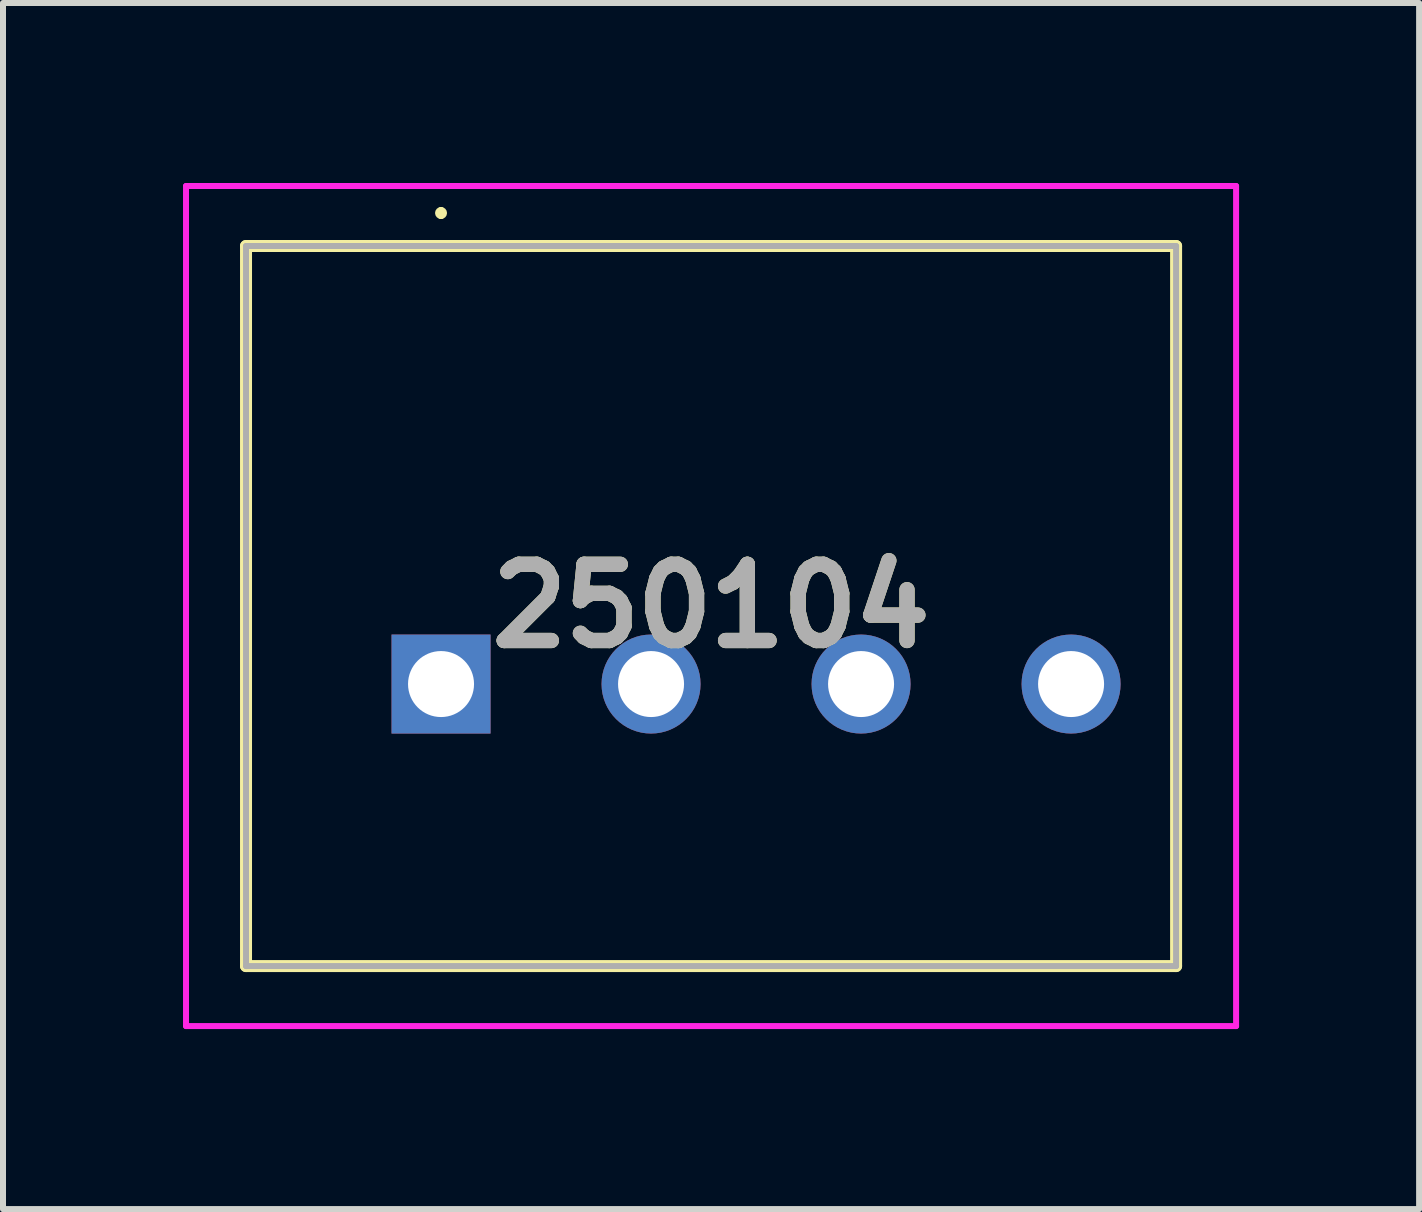
<source format=kicad_pcb>
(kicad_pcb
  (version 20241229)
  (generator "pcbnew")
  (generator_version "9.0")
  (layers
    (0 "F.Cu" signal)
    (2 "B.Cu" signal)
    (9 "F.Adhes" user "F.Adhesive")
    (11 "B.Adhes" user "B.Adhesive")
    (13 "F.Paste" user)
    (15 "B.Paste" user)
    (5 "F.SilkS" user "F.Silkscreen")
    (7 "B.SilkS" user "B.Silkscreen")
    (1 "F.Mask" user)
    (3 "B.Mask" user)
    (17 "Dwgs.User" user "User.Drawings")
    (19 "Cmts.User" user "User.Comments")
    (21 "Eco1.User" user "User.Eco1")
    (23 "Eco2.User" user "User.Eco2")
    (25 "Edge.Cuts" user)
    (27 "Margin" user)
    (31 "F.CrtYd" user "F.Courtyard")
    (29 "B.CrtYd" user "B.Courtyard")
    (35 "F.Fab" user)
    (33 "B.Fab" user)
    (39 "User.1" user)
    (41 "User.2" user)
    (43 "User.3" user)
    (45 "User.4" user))
  (footprint "250104"
    (layer "F.Cu")
    (at 4.3 8.35)
    (property "Reference" "250104" (at 4.5 -1.3 0) (layer "F.SilkS") (effects (font (size 1.27 1.27) (thickness 0.254))))
    (attr through_hole)
    (fp_line (start -3.25 -7.3) (end 12.25 -7.3) (stroke (width 0.2) (type solid)) (layer "F.SilkS"))
    (fp_line (start -3.25 4.7) (end -3.25 -7.3) (stroke (width 0.2) (type solid)) (layer "F.SilkS"))
    (fp_line (start 0 -7.9) (end 0 -7.9) (stroke (width 0.1) (type solid)) (layer "F.SilkS"))
    (fp_line (start 0 -7.8) (end 0 -7.8) (stroke (width 0.1) (type solid)) (layer "F.SilkS"))
    (fp_line (start 12.25 -7.3) (end 12.25 4.7) (stroke (width 0.2) (type solid)) (layer "F.SilkS"))
    (fp_line (start 12.25 4.7) (end -3.25 4.7) (stroke (width 0.2) (type solid)) (layer "F.SilkS"))
    (fp_arc (start 0 -7.9) (mid 0.05 -7.85) (end 0 -7.8) (stroke (width 0.1) (type solid)) (layer "F.SilkS"))
    (fp_arc (start 0 -7.8) (mid -0.05 -7.85) (end 0 -7.9) (stroke (width 0.1) (type solid)) (layer "F.SilkS"))
    (fp_line (start -4.25 -8.3) (end 13.25 -8.3) (stroke (width 0.1) (type solid)) (layer "F.CrtYd"))
    (fp_line (start -4.25 5.7) (end -4.25 -8.3) (stroke (width 0.1) (type solid)) (layer "F.CrtYd"))
    (fp_line (start 13.25 -8.3) (end 13.25 5.7) (stroke (width 0.1) (type solid)) (layer "F.CrtYd"))
    (fp_line (start 13.25 5.7) (end -4.25 5.7) (stroke (width 0.1) (type solid)) (layer "F.CrtYd"))
    (fp_line (start -3.25 -7.3) (end 12.25 -7.3) (stroke (width 0.1) (type solid)) (layer "F.Fab"))
    (fp_line (start -3.25 4.7) (end -3.25 -7.3) (stroke (width 0.1) (type solid)) (layer "F.Fab"))
    (fp_line (start 12.25 -7.3) (end 12.25 4.7) (stroke (width 0.1) (type solid)) (layer "F.Fab"))
    (fp_line (start 12.25 4.7) (end -3.25 4.7) (stroke (width 0.1) (type solid)) (layer "F.Fab"))
    (fp_text user "${REFERENCE}" (at 4.5 -1.3 0) (layer "F.Fab") (effects (font (size 1.27 1.27) (thickness 0.254))))
    (pad "1" thru_hole rect (at 0 0) (size 1.65 1.65) (drill 1.1) (layers "*.Cu" "*.Mask"))
    (pad "2" thru_hole circle (at 3.5 0) (size 1.65 1.65) (drill 1.1) (layers "*.Cu" "*.Mask"))
    (pad "3" thru_hole circle (at 7 0) (size 1.65 1.65) (drill 1.1) (layers "*.Cu" "*.Mask"))
    (pad "4" thru_hole circle (at 10.5 0) (size 1.65 1.65) (drill 1.1) (layers "*.Cu" "*.Mask")))
  (gr_rect
    (start -3 -3)
    (end 20.6 17.1)
    (stroke (width 0.1) (type default))
    (fill no)
    (layer "Edge.Cuts")))
</source>
